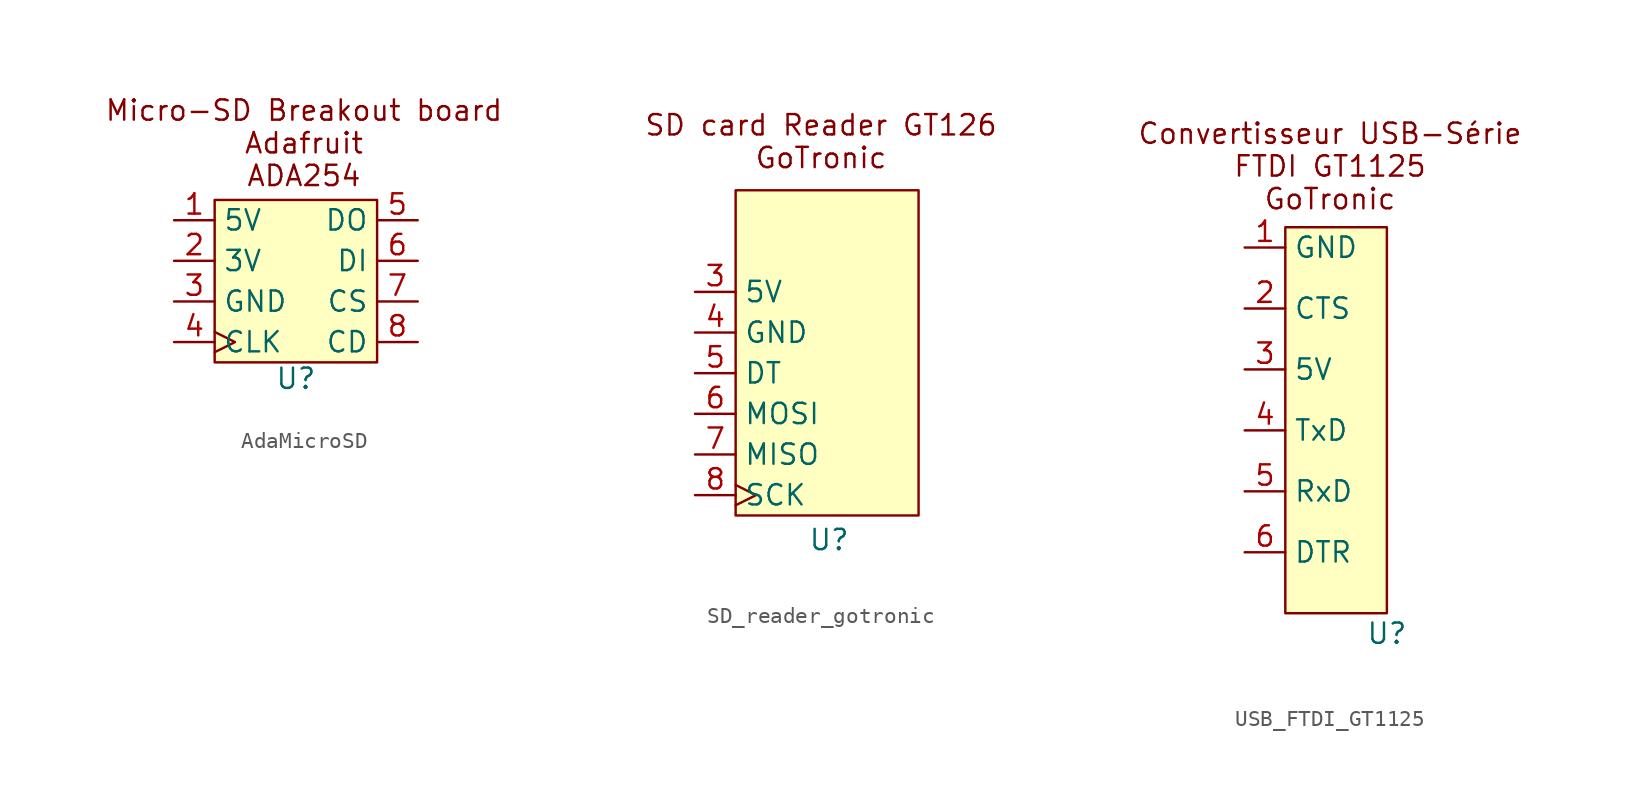
<source format=kicad_sym>
(kicad_symbol_lib
  (version 20231120)
  (generator "kicad_symbol_editor")
  (generator_version "8.0")
  (symbol "AdaMicroSD"
    (property "Reference" "U"
      (at 0 -1.016 0)
      (effects (font (size 1.27 1.27))))
    (property "Value" ""
      (at 0 0 0)
      (effects (font (size 1.27 1.27))))
    (symbol "AdaMicroSD_1_1"
      (rectangle (start -5.08 10.16) (end 5.08 0) (stroke (width 0) (type default)) (fill (type background)))
      (text "Micro-SD Breakout board\nAdafruit\nADA254" (at 0.508 13.716 0) (effects (font (size 1.27 1.27))))
      (pin power_in line (at -7.62 8.89 0) (length 2.54) (name "5V" (effects (font (size 1.27 1.27)))) (number "1" (effects (font (size 1.27 1.27)))))
      (pin power_out line (at -7.62 6.35 0) (length 2.54) (name "3V" (effects (font (size 1.27 1.27)))) (number "2" (effects (font (size 1.27 1.27)))))
      (pin power_in line (at -7.62 3.81 0) (length 2.54) (name "GND" (effects (font (size 1.27 1.27)))) (number "3" (effects (font (size 1.27 1.27)))))
      (pin input clock (at -7.62 1.27 0) (length 2.54) (name "CLK" (effects (font (size 1.27 1.27)))) (number "4" (effects (font (size 1.27 1.27)))))
      (pin output line (at 7.62 8.89 180) (length 2.54) (name "DO" (effects (font (size 1.27 1.27)))) (number "5" (effects (font (size 1.27 1.27)))))
      (pin input line (at 7.62 6.35 180) (length 2.54) (name "DI" (effects (font (size 1.27 1.27)))) (number "6" (effects (font (size 1.27 1.27)))))
      (pin input line (at 7.62 3.81 180) (length 2.54) (name "CS" (effects (font (size 1.27 1.27)))) (number "7" (effects (font (size 1.27 1.27)))))
      (pin input line (at 7.62 1.27 180) (length 2.54) (name "CD" (effects (font (size 1.27 1.27)))) (number "8" (effects (font (size 1.27 1.27)))))))
  (symbol "SD_reader_gotronic"
    (property "Reference" "U"
      (at -0.508 -7.874 0)
      (effects (font (size 1.27 1.27))))
    (property "Value" ""
      (at -5.08 0 0)
      (effects (font (size 1.27 1.27))))
    (symbol "SD_reader_gotronic_1_1"
      (rectangle (start -6.35 13.97) (end 5.08 -6.35) (stroke (width 0) (type default)) (fill (type background)))
      (text "SD card Reader GT126\nGoTronic" (at -1.016 17.018 0) (effects (font (size 1.27 1.27))))
      (pin no_connect line (at -8.89 12.7 0) (length 2.54) hide (name "unknown" (effects (font (size 1.27 1.27)))) (number "1" (effects (font (size 1.27 1.27)))))
      (pin no_connect line (at -8.89 10.16 0) (length 2.54) hide (name "unknown" (effects (font (size 1.27 1.27)))) (number "2" (effects (font (size 1.27 1.27)))))
      (pin power_in line (at -8.89 7.62 0) (length 2.54) (name "5V" (effects (font (size 1.27 1.27)))) (number "3" (effects (font (size 1.27 1.27)))))
      (pin power_in line (at -8.89 5.08 0) (length 2.54) (name "GND" (effects (font (size 1.27 1.27)))) (number "4" (effects (font (size 1.27 1.27)))))
      (pin input line (at -8.89 2.54 0) (length 2.54) (name "DT" (effects (font (size 1.27 1.27)))) (number "5" (effects (font (size 1.27 1.27)))))
      (pin input line (at -8.89 0 0) (length 2.54) (name "MOSI" (effects (font (size 1.27 1.27)))) (number "6" (effects (font (size 1.27 1.27)))))
      (pin output line (at -8.89 -2.54 0) (length 2.54) (name "MISO" (effects (font (size 1.27 1.27)))) (number "7" (effects (font (size 1.27 1.27)))))
      (pin input clock (at -8.89 -5.08 0) (length 2.54) (name "SCK" (effects (font (size 1.27 1.27)))) (number "8" (effects (font (size 1.27 1.27)))))))
  (symbol "USB_FTDI_GT1125"
    (property "Reference" "U"
      (at 0 0 0)
      (effects (font (size 1.27 1.27))))
    (property "Value" ""
      (at 0 0 0)
      (effects (font (size 1.27 1.27))))
    (symbol "USB_FTDI_GT1125_1_1"
      (rectangle (start -6.35 25.4) (end 0 1.27) (stroke (width 0) (type default)) (fill (type background)))
      (text "Convertisseur USB-Série\nFTDI GT1125\nGoTronic" (at -3.556 29.21 0) (effects (font (size 1.27 1.27))))
      (pin power_in line (at -8.89 24.13 0) (length 2.54) (name "GND" (effects (font (size 1.27 1.27)))) (number "1" (effects (font (size 1.27 1.27)))))
      (pin input line (at -8.89 20.32 0) (length 2.54) (name "CTS" (effects (font (size 1.27 1.27)))) (number "2" (effects (font (size 1.27 1.27)))))
      (pin power_in line (at -8.89 16.51 0) (length 2.54) (name "5V" (effects (font (size 1.27 1.27)))) (number "3" (effects (font (size 1.27 1.27)))))
      (pin output line (at -8.89 12.7 0) (length 2.54) (name "TxD" (effects (font (size 1.27 1.27)))) (number "4" (effects (font (size 1.27 1.27)))))
      (pin input line (at -8.89 8.89 0) (length 2.54) (name "RxD" (effects (font (size 1.27 1.27)))) (number "5" (effects (font (size 1.27 1.27)))))
      (pin input line (at -8.89 5.08 0) (length 2.54) (name "DTR" (effects (font (size 1.27 1.27)))) (number "6" (effects (font (size 1.27 1.27))))))))
</source>
